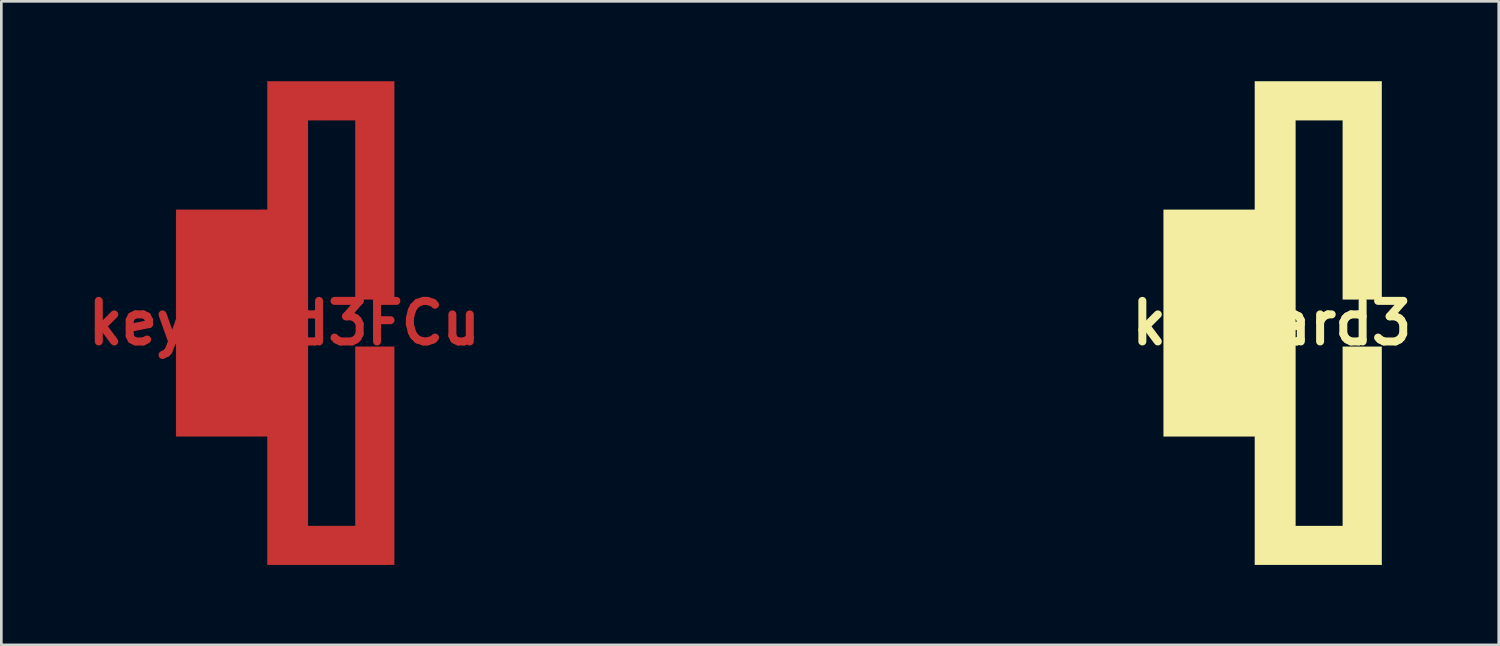
<source format=kicad_pcb>
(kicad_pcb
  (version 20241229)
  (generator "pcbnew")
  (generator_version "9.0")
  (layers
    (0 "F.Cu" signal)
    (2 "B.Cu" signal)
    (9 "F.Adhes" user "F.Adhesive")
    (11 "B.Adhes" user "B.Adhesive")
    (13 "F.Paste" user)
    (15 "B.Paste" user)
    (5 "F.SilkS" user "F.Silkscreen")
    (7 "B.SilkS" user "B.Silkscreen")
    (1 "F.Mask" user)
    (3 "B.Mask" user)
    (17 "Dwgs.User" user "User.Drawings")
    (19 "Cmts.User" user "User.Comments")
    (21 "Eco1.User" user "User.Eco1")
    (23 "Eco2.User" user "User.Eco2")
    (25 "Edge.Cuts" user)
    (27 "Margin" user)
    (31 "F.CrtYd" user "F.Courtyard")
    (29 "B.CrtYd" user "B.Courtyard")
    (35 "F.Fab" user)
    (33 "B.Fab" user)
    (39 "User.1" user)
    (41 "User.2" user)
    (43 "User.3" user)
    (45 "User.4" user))
  (footprint "keyward3"
    (layer "F.Cu")
    (at 44.717 9.085)
    (property "Reference" "keyward3" (at 0 0 0) (layer "F.SilkS") (effects (font (size 1.524 1.524) (thickness 0.3))))
    (attr through_hole)
    (fp_poly (pts (xy 4.128 -0.889) (xy 2.667 -0.889) (xy 2.667 -7.62) (xy 0.889 -7.62) (xy 0.889 7.62) (xy 2.667 7.62) (xy 2.667 0.889) (xy 4.128 0.889) (xy 4.128 9.081) (xy -0.635 9.081) (xy -0.635 4.255) (xy -4.064 4.255) (xy -4.064 -4.255) (xy -0.635 -4.255) (xy -0.635 -9.081) (xy 4.128 -9.081) (xy 4.128 -0.889)) (stroke (width 0.01) (type solid)) (fill yes) (layer "F.SilkS")))
  (footprint "keyward3FMask"
    (layer "F.Cu")
    (at 27.225 9.085)
    (property "Reference" "keyward3FMask" (at 0 0 0) (layer "F.Mask") (effects (font (size 1.524 1.524) (thickness 0.3))))
    (attr through_hole)
    (fp_poly (pts (xy 4.128 -0.889) (xy 2.667 -0.889) (xy 2.667 -7.62) (xy 0.889 -7.62) (xy 0.889 7.62) (xy 2.667 7.62) (xy 2.667 0.889) (xy 4.128 0.889) (xy 4.128 9.081) (xy -0.635 9.081) (xy -0.635 4.255) (xy -4.064 4.255) (xy -4.064 -4.255) (xy -0.635 -4.255) (xy -0.635 -9.081) (xy 4.128 -9.081) (xy 4.128 -0.889)) (stroke (width 0.01) (type solid)) (fill yes) (layer "F.Mask")))
  (footprint "keyward3FCu"
    (layer "F.Cu")
    (at 7.627 9.085)
    (property "Reference" "keyward3FCu" (at 0 0 0) (layer "F.Cu") (effects (font (size 1.524 1.524) (thickness 0.3))))
    (attr through_hole)
    (fp_poly (pts (xy 4.128 -0.889) (xy 2.667 -0.889) (xy 2.667 -7.62) (xy 0.889 -7.62) (xy 0.889 7.62) (xy 2.667 7.62) (xy 2.667 0.889) (xy 4.128 0.889) (xy 4.128 9.081) (xy -0.635 9.081) (xy -0.635 4.255) (xy -4.064 4.255) (xy -4.064 -4.255) (xy -0.635 -4.255) (xy -0.635 -9.081) (xy 4.128 -9.081) (xy 4.128 -0.889)) (stroke (width 0.01) (type solid)) (fill yes) (layer "F.Cu")))
  (gr_rect
    (start -3 -3)
    (end 53.24 21.171)
    (stroke (width 0.1) (type default))
    (fill no)
    (layer "Edge.Cuts")))
</source>
